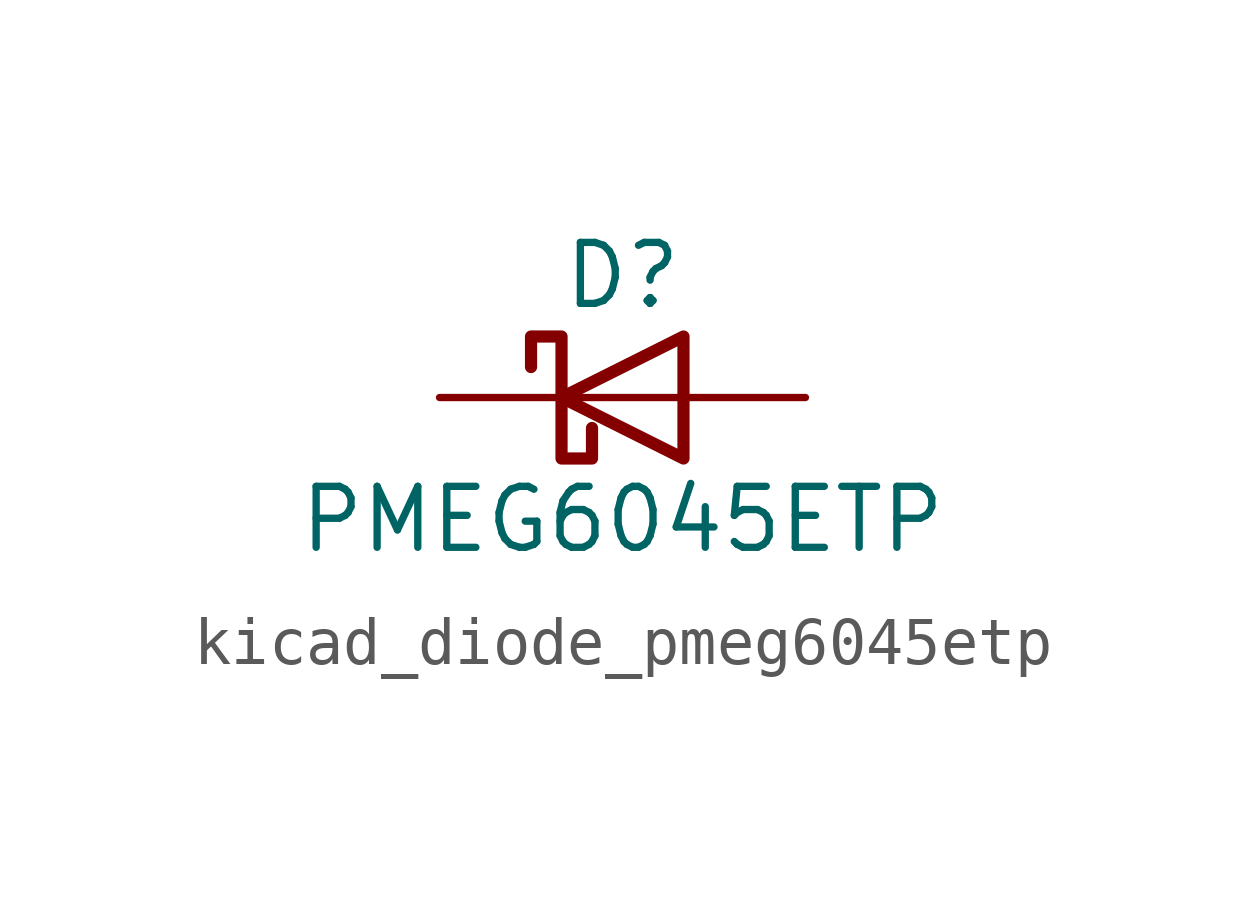
<source format=kicad_sym>
(kicad_symbol_lib
  (version 20220914)
  (generator kicad_symbol_editor)
  (symbol "kicad_diode_pmeg6045etp"
    (pin_numbers hide)
    (pin_names hide)
    (property "Reference" "D"
      (at 0 2.54 0)
      (effects (font (size 1.27 1.27))))
    (property "Value" "PMEG6045ETP"
      (at 0 -2.54 0)
      (effects (font (size 1.27 1.27))))
    (symbol "kicad_diode_pmeg6045etp_0_1"
      (polyline (pts (xy 1.27 0) (xy -1.27 0)) (stroke (width 0) (type default)) (fill (type none)))
      (polyline (pts (xy 1.27 1.27) (xy 1.27 -1.27) (xy -1.27 0) (xy 1.27 1.27)) (stroke (width 0.254) (type default)) (fill (type none)))
      (polyline (pts (xy -1.905 0.635) (xy -1.905 1.27) (xy -1.27 1.27) (xy -1.27 -1.27) (xy -0.635 -1.27) (xy -0.635 -0.635)) (stroke (width 0.254) (type default)) (fill (type none))))
    (symbol "kicad_diode_pmeg6045etp_1_1"
      (pin passive line (at -3.81 0 0) (length 2.54) (name "K" (effects (font (size 1.27 1.27)))) (number "1" (effects (font (size 1.27 1.27)))))
      (pin passive line (at 3.81 0 180) (length 2.54) (name "A" (effects (font (size 1.27 1.27)))) (number "2" (effects (font (size 1.27 1.27))))))))
</source>
